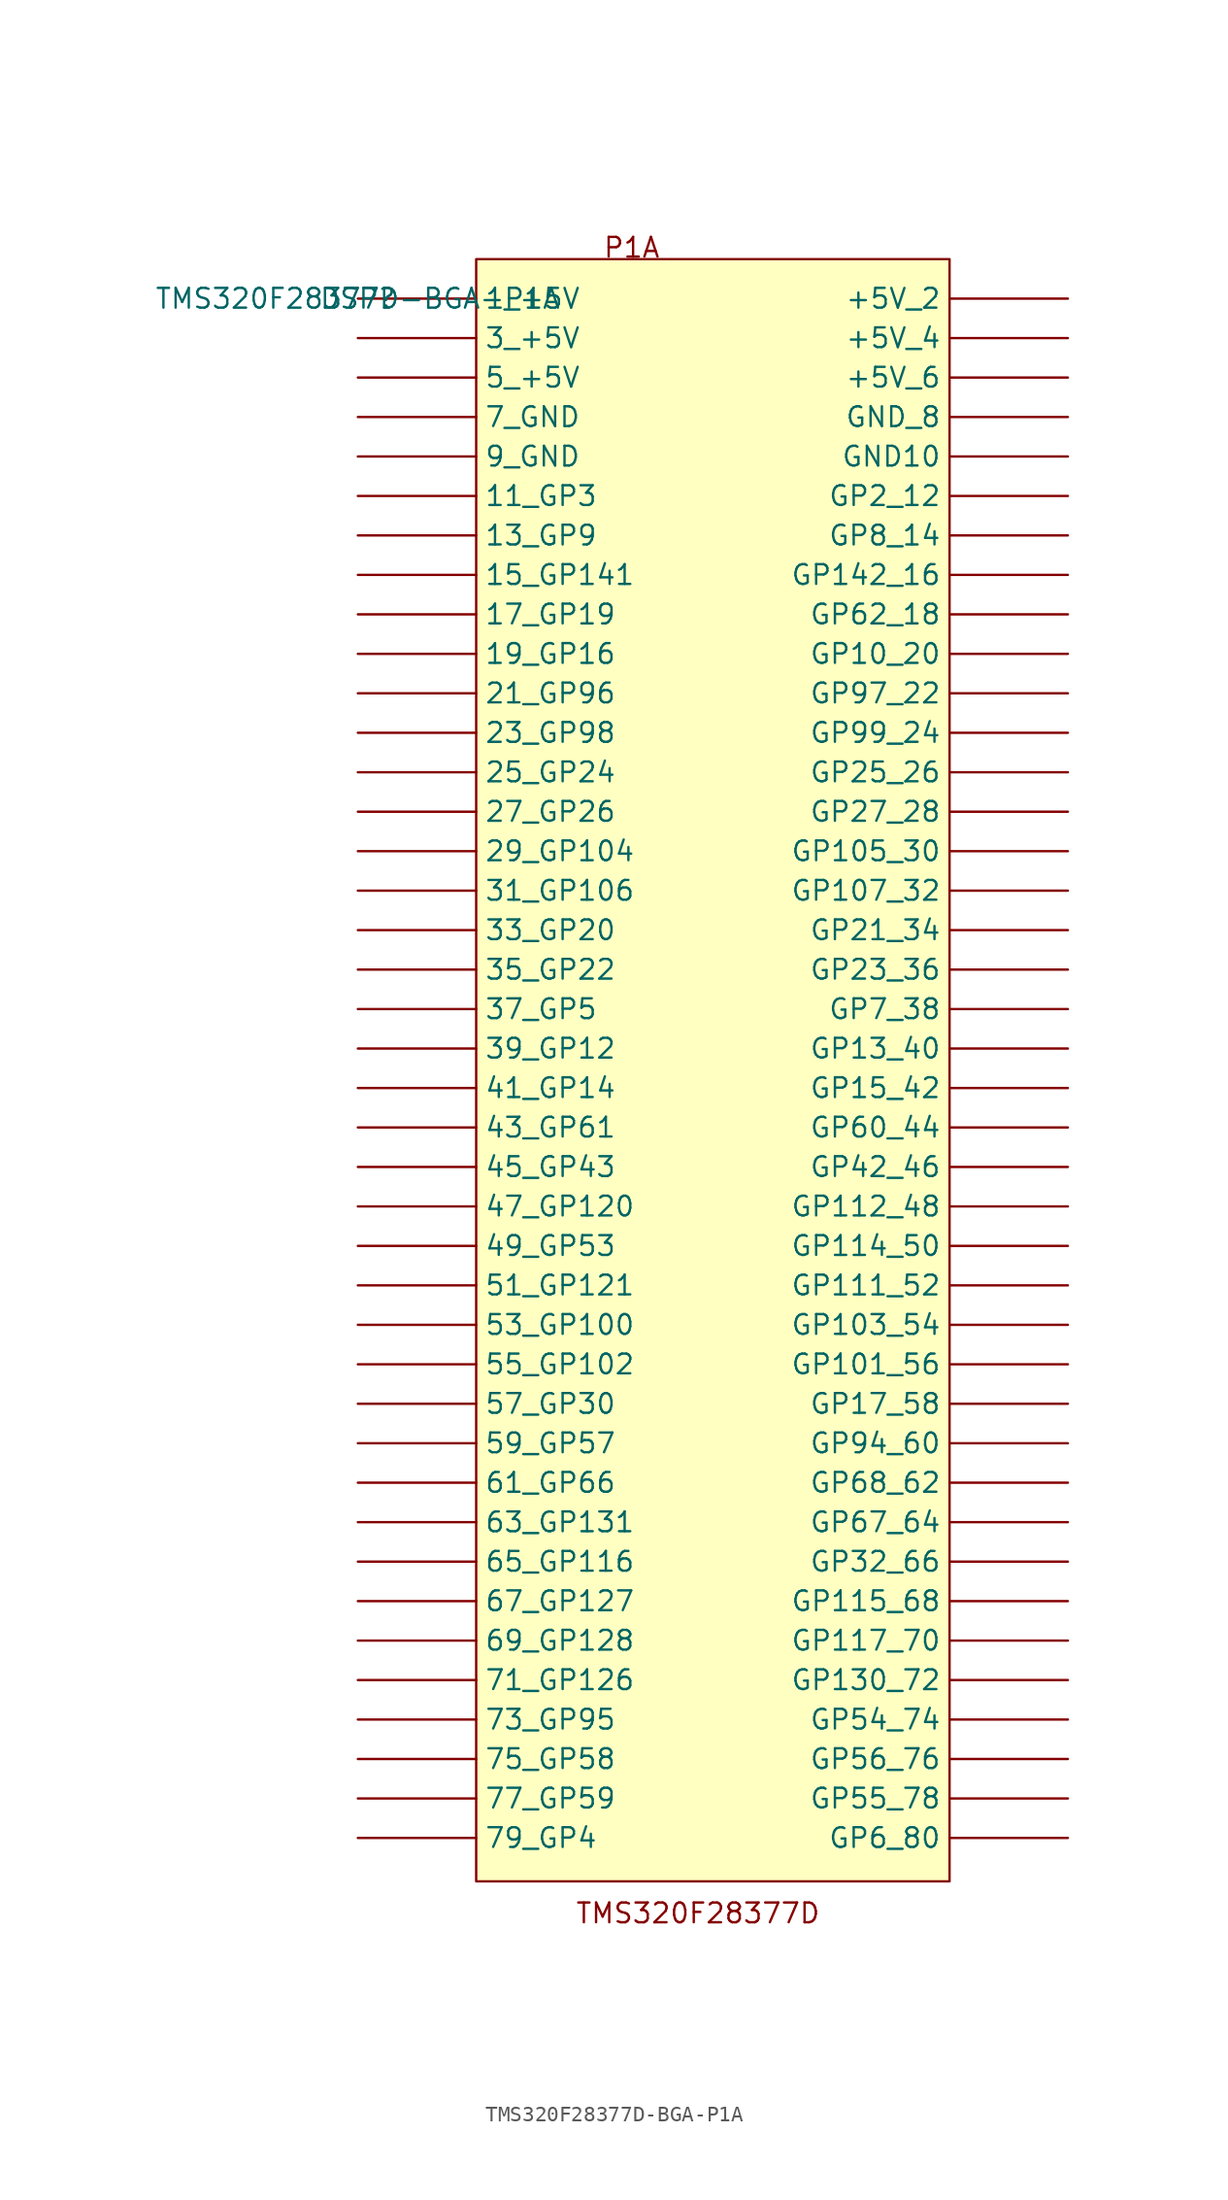
<source format=kicad_sym>
(kicad_symbol_lib
  (version 20220914)
  (generator kicad_symbol_editor)
  (symbol "TMS320F28377D-BGA-P1A"
    (property "Reference" "DSP"
      (at 0 0 0)
      (effects (font (size 1.27 1.27))))
    (property "Value" "TMS320F28377D-BGA-P1A"
      (at 0 0 0)
      (effects (font (size 1.27 1.27))))
    (symbol "TMS320F28377D-BGA-P1A_1_0"
      (rectangle (start 7.62 2.54) (end 38.1 -101.854) (stroke (width 0) (type solid)) (fill (type background)))
      (text "P1A" (at 15.748 2.54 0) (effects (font (size 1.27 1.27)) (justify left bottom)))
      (text "TMS320F28377D" (at 13.97 -104.648 0) (effects (font (size 1.27 1.27)) (justify left bottom)))
      (pin passive line (at 0 0 0) (length 7.62) (name "1_+5V" (effects (font (size 1.27 1.27)))) (number "1" (effects (font (size 0 0)))))
      (pin passive line (at 45.72 -10.16 180) (length 7.62) (name "GND10" (effects (font (size 1.27 1.27)))) (number "10" (effects (font (size 0 0)))))
      (pin passive line (at 0 -12.7 0) (length 7.62) (name "11_GP3" (effects (font (size 1.27 1.27)))) (number "11" (effects (font (size 0 0)))))
      (pin passive line (at 45.72 -12.7 180) (length 7.62) (name "GP2_12" (effects (font (size 1.27 1.27)))) (number "12" (effects (font (size 0 0)))))
      (pin passive line (at 0 -15.24 0) (length 7.62) (name "13_GP9" (effects (font (size 1.27 1.27)))) (number "13" (effects (font (size 0 0)))))
      (pin passive line (at 45.72 -15.24 180) (length 7.62) (name "GP8_14" (effects (font (size 1.27 1.27)))) (number "14" (effects (font (size 0 0)))))
      (pin passive line (at 0 -17.78 0) (length 7.62) (name "15_GP141" (effects (font (size 1.27 1.27)))) (number "15" (effects (font (size 0 0)))))
      (pin passive line (at 45.72 -17.78 180) (length 7.62) (name "GP142_16" (effects (font (size 1.27 1.27)))) (number "16" (effects (font (size 0 0)))))
      (pin passive line (at 0 -20.32 0) (length 7.62) (name "17_GP19" (effects (font (size 1.27 1.27)))) (number "17" (effects (font (size 0 0)))))
      (pin passive line (at 45.72 -20.32 180) (length 7.62) (name "GP62_18" (effects (font (size 1.27 1.27)))) (number "18" (effects (font (size 0 0)))))
      (pin passive line (at 0 -22.86 0) (length 7.62) (name "19_GP16" (effects (font (size 1.27 1.27)))) (number "19" (effects (font (size 0 0)))))
      (pin passive line (at 45.72 0 180) (length 7.62) (name "+5V_2" (effects (font (size 1.27 1.27)))) (number "2" (effects (font (size 0 0)))))
      (pin passive line (at 45.72 -22.86 180) (length 7.62) (name "GP10_20" (effects (font (size 1.27 1.27)))) (number "20" (effects (font (size 0 0)))))
      (pin passive line (at 0 -25.4 0) (length 7.62) (name "21_GP96" (effects (font (size 1.27 1.27)))) (number "21" (effects (font (size 0 0)))))
      (pin passive line (at 45.72 -25.4 180) (length 7.62) (name "GP97_22" (effects (font (size 1.27 1.27)))) (number "22" (effects (font (size 0 0)))))
      (pin passive line (at 0 -27.94 0) (length 7.62) (name "23_GP98" (effects (font (size 1.27 1.27)))) (number "23" (effects (font (size 0 0)))))
      (pin passive line (at 45.72 -27.94 180) (length 7.62) (name "GP99_24" (effects (font (size 1.27 1.27)))) (number "24" (effects (font (size 0 0)))))
      (pin passive line (at 0 -30.48 0) (length 7.62) (name "25_GP24" (effects (font (size 1.27 1.27)))) (number "25" (effects (font (size 0 0)))))
      (pin passive line (at 45.72 -30.48 180) (length 7.62) (name "GP25_26" (effects (font (size 1.27 1.27)))) (number "26" (effects (font (size 0 0)))))
      (pin passive line (at 0 -33.02 0) (length 7.62) (name "27_GP26" (effects (font (size 1.27 1.27)))) (number "27" (effects (font (size 0 0)))))
      (pin passive line (at 45.72 -33.02 180) (length 7.62) (name "GP27_28" (effects (font (size 1.27 1.27)))) (number "28" (effects (font (size 0 0)))))
      (pin passive line (at 0 -35.56 0) (length 7.62) (name "29_GP104" (effects (font (size 1.27 1.27)))) (number "29" (effects (font (size 0 0)))))
      (pin passive line (at 0 -2.54 0) (length 7.62) (name "3_+5V" (effects (font (size 1.27 1.27)))) (number "3" (effects (font (size 0 0)))))
      (pin passive line (at 45.72 -35.56 180) (length 7.62) (name "GP105_30" (effects (font (size 1.27 1.27)))) (number "30" (effects (font (size 0 0)))))
      (pin passive line (at 0 -38.1 0) (length 7.62) (name "31_GP106" (effects (font (size 1.27 1.27)))) (number "31" (effects (font (size 0 0)))))
      (pin passive line (at 45.72 -38.1 180) (length 7.62) (name "GP107_32" (effects (font (size 1.27 1.27)))) (number "32" (effects (font (size 0 0)))))
      (pin passive line (at 0 -40.64 0) (length 7.62) (name "33_GP20" (effects (font (size 1.27 1.27)))) (number "33" (effects (font (size 0 0)))))
      (pin passive line (at 45.72 -40.64 180) (length 7.62) (name "GP21_34" (effects (font (size 1.27 1.27)))) (number "34" (effects (font (size 0 0)))))
      (pin passive line (at 0 -43.18 0) (length 7.62) (name "35_GP22" (effects (font (size 1.27 1.27)))) (number "35" (effects (font (size 0 0)))))
      (pin passive line (at 45.72 -43.18 180) (length 7.62) (name "GP23_36" (effects (font (size 1.27 1.27)))) (number "36" (effects (font (size 0 0)))))
      (pin passive line (at 0 -45.72 0) (length 7.62) (name "37_GP5" (effects (font (size 1.27 1.27)))) (number "37" (effects (font (size 0 0)))))
      (pin passive line (at 45.72 -45.72 180) (length 7.62) (name "GP7_38" (effects (font (size 1.27 1.27)))) (number "38" (effects (font (size 0 0)))))
      (pin passive line (at 0 -48.26 0) (length 7.62) (name "39_GP12" (effects (font (size 1.27 1.27)))) (number "39" (effects (font (size 0 0)))))
      (pin passive line (at 45.72 -2.54 180) (length 7.62) (name "+5V_4" (effects (font (size 1.27 1.27)))) (number "4" (effects (font (size 0 0)))))
      (pin passive line (at 45.72 -48.26 180) (length 7.62) (name "GP13_40" (effects (font (size 1.27 1.27)))) (number "40" (effects (font (size 0 0)))))
      (pin passive line (at 0 -50.8 0) (length 7.62) (name "41_GP14" (effects (font (size 1.27 1.27)))) (number "41" (effects (font (size 0 0)))))
      (pin passive line (at 45.72 -50.8 180) (length 7.62) (name "GP15_42" (effects (font (size 1.27 1.27)))) (number "42" (effects (font (size 0 0)))))
      (pin passive line (at 0 -53.34 0) (length 7.62) (name "43_GP61" (effects (font (size 1.27 1.27)))) (number "43" (effects (font (size 0 0)))))
      (pin passive line (at 45.72 -53.34 180) (length 7.62) (name "GP60_44" (effects (font (size 1.27 1.27)))) (number "44" (effects (font (size 0 0)))))
      (pin passive line (at 0 -55.88 0) (length 7.62) (name "45_GP43" (effects (font (size 1.27 1.27)))) (number "45" (effects (font (size 0 0)))))
      (pin passive line (at 45.72 -55.88 180) (length 7.62) (name "GP42_46" (effects (font (size 1.27 1.27)))) (number "46" (effects (font (size 0 0)))))
      (pin passive line (at 0 -58.42 0) (length 7.62) (name "47_GP120" (effects (font (size 1.27 1.27)))) (number "47" (effects (font (size 0 0)))))
      (pin passive line (at 45.72 -58.42 180) (length 7.62) (name "GP112_48" (effects (font (size 1.27 1.27)))) (number "48" (effects (font (size 0 0)))))
      (pin passive line (at 0 -60.96 0) (length 7.62) (name "49_GP53" (effects (font (size 1.27 1.27)))) (number "49" (effects (font (size 0 0)))))
      (pin passive line (at 0 -5.08 0) (length 7.62) (name "5_+5V" (effects (font (size 1.27 1.27)))) (number "5" (effects (font (size 0 0)))))
      (pin passive line (at 45.72 -60.96 180) (length 7.62) (name "GP114_50" (effects (font (size 1.27 1.27)))) (number "50" (effects (font (size 0 0)))))
      (pin passive line (at 0 -63.5 0) (length 7.62) (name "51_GP121" (effects (font (size 1.27 1.27)))) (number "51" (effects (font (size 0 0)))))
      (pin passive line (at 45.72 -63.5 180) (length 7.62) (name "GP111_52" (effects (font (size 1.27 1.27)))) (number "52" (effects (font (size 0 0)))))
      (pin passive line (at 0 -66.04 0) (length 7.62) (name "53_GP100" (effects (font (size 1.27 1.27)))) (number "53" (effects (font (size 0 0)))))
      (pin passive line (at 45.72 -66.04 180) (length 7.62) (name "GP103_54" (effects (font (size 1.27 1.27)))) (number "54" (effects (font (size 0 0)))))
      (pin passive line (at 0 -68.58 0) (length 7.62) (name "55_GP102" (effects (font (size 1.27 1.27)))) (number "55" (effects (font (size 0 0)))))
      (pin passive line (at 45.72 -68.58 180) (length 7.62) (name "GP101_56" (effects (font (size 1.27 1.27)))) (number "56" (effects (font (size 0 0)))))
      (pin passive line (at 0 -71.12 0) (length 7.62) (name "57_GP30" (effects (font (size 1.27 1.27)))) (number "57" (effects (font (size 0 0)))))
      (pin passive line (at 45.72 -71.12 180) (length 7.62) (name "GP17_58" (effects (font (size 1.27 1.27)))) (number "58" (effects (font (size 0 0)))))
      (pin passive line (at 0 -73.66 0) (length 7.62) (name "59_GP57" (effects (font (size 1.27 1.27)))) (number "59" (effects (font (size 0 0)))))
      (pin passive line (at 45.72 -5.08 180) (length 7.62) (name "+5V_6" (effects (font (size 1.27 1.27)))) (number "6" (effects (font (size 0 0)))))
      (pin passive line (at 45.72 -73.66 180) (length 7.62) (name "GP94_60" (effects (font (size 1.27 1.27)))) (number "60" (effects (font (size 0 0)))))
      (pin passive line (at 0 -76.2 0) (length 7.62) (name "61_GP66" (effects (font (size 1.27 1.27)))) (number "61" (effects (font (size 0 0)))))
      (pin passive line (at 45.72 -76.2 180) (length 7.62) (name "GP68_62" (effects (font (size 1.27 1.27)))) (number "62" (effects (font (size 0 0)))))
      (pin passive line (at 0 -78.74 0) (length 7.62) (name "63_GP131" (effects (font (size 1.27 1.27)))) (number "63" (effects (font (size 0 0)))))
      (pin passive line (at 45.72 -78.74 180) (length 7.62) (name "GP67_64" (effects (font (size 1.27 1.27)))) (number "64" (effects (font (size 0 0)))))
      (pin passive line (at 0 -81.28 0) (length 7.62) (name "65_GP116" (effects (font (size 1.27 1.27)))) (number "65" (effects (font (size 0 0)))))
      (pin passive line (at 45.72 -81.28 180) (length 7.62) (name "GP32_66" (effects (font (size 1.27 1.27)))) (number "66" (effects (font (size 0 0)))))
      (pin passive line (at 0 -83.82 0) (length 7.62) (name "67_GP127" (effects (font (size 1.27 1.27)))) (number "67" (effects (font (size 0 0)))))
      (pin passive line (at 45.72 -83.82 180) (length 7.62) (name "GP115_68" (effects (font (size 1.27 1.27)))) (number "68" (effects (font (size 0 0)))))
      (pin passive line (at 0 -86.36 0) (length 7.62) (name "69_GP128" (effects (font (size 1.27 1.27)))) (number "69" (effects (font (size 0 0)))))
      (pin passive line (at 0 -7.62 0) (length 7.62) (name "7_GND" (effects (font (size 1.27 1.27)))) (number "7" (effects (font (size 0 0)))))
      (pin passive line (at 45.72 -86.36 180) (length 7.62) (name "GP117_70" (effects (font (size 1.27 1.27)))) (number "70" (effects (font (size 0 0)))))
      (pin passive line (at 0 -88.9 0) (length 7.62) (name "71_GP126" (effects (font (size 1.27 1.27)))) (number "71" (effects (font (size 0 0)))))
      (pin passive line (at 45.72 -88.9 180) (length 7.62) (name "GP130_72" (effects (font (size 1.27 1.27)))) (number "72" (effects (font (size 0 0)))))
      (pin passive line (at 0 -91.44 0) (length 7.62) (name "73_GP95" (effects (font (size 1.27 1.27)))) (number "73" (effects (font (size 0 0)))))
      (pin passive line (at 45.72 -91.44 180) (length 7.62) (name "GP54_74" (effects (font (size 1.27 1.27)))) (number "74" (effects (font (size 0 0)))))
      (pin passive line (at 0 -93.98 0) (length 7.62) (name "75_GP58" (effects (font (size 1.27 1.27)))) (number "75" (effects (font (size 0 0)))))
      (pin passive line (at 45.72 -93.98 180) (length 7.62) (name "GP56_76" (effects (font (size 1.27 1.27)))) (number "76" (effects (font (size 0 0)))))
      (pin passive line (at 0 -96.52 0) (length 7.62) (name "77_GP59" (effects (font (size 1.27 1.27)))) (number "77" (effects (font (size 0 0)))))
      (pin passive line (at 45.72 -96.52 180) (length 7.62) (name "GP55_78" (effects (font (size 1.27 1.27)))) (number "78" (effects (font (size 0 0)))))
      (pin passive line (at 0 -99.06 0) (length 7.62) (name "79_GP4" (effects (font (size 1.27 1.27)))) (number "79" (effects (font (size 0 0)))))
      (pin passive line (at 45.72 -7.62 180) (length 7.62) (name "GND_8" (effects (font (size 1.27 1.27)))) (number "8" (effects (font (size 0 0)))))
      (pin passive line (at 45.72 -99.06 180) (length 7.62) (name "GP6_80" (effects (font (size 1.27 1.27)))) (number "80" (effects (font (size 0 0)))))
      (pin passive line (at 0 -10.16 0) (length 7.62) (name "9_GND" (effects (font (size 1.27 1.27)))) (number "9" (effects (font (size 0 0))))))))
</source>
